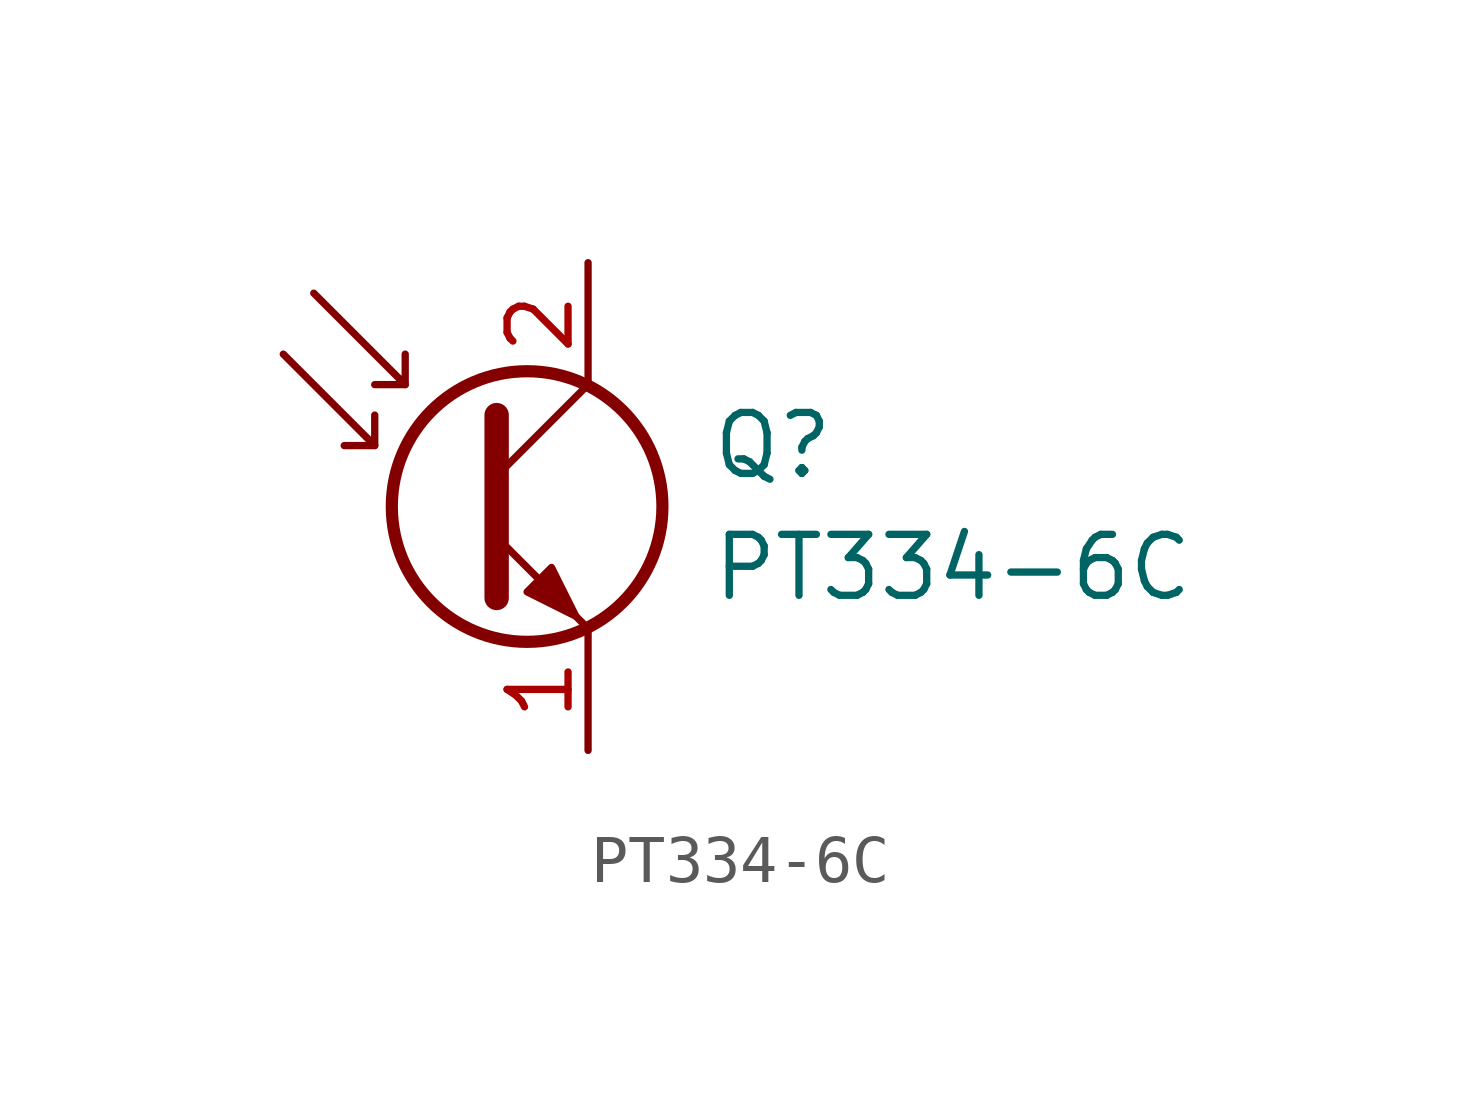
<source format=kicad_sym>
(kicad_symbol_lib
  (version 20211014)
  (generator kicad_symbol_editor)
  (symbol "PT334-6C"
    (pin_names
      (offset 0) hide)
    (property "Reference" "Q"
      (at 5.08 1.27 0)
      (effects (font (size 1.27 1.27)) (justify left)))
    (property "Value" "PT334-6C"
      (at 5.08 -1.27 0)
      (effects (font (size 1.27 1.27)) (justify left)))
    (symbol "PT334-6C_0_1"
      (polyline (pts (xy -1.905 1.27) (xy -2.54 1.27)) (stroke (width 0) (type default) (color 0 0 0 0)) (fill (type none)))
      (polyline (pts (xy -1.27 2.54) (xy -1.905 2.54)) (stroke (width 0) (type default) (color 0 0 0 0)) (fill (type none)))
      (polyline (pts (xy 0.635 0.635) (xy 2.54 2.54)) (stroke (width 0) (type default) (color 0 0 0 0)) (fill (type none)))
      (polyline (pts (xy -3.81 3.175) (xy -1.905 1.27) (xy -1.905 1.905)) (stroke (width 0) (type default) (color 0 0 0 0)) (fill (type none)))
      (polyline (pts (xy -3.175 4.445) (xy -1.27 2.54) (xy -1.27 3.175)) (stroke (width 0) (type default) (color 0 0 0 0)) (fill (type none)))
      (polyline (pts (xy 0.635 -0.635) (xy 2.54 -2.54) (xy 2.54 -2.54)) (stroke (width 0) (type default) (color 0 0 0 0)) (fill (type none)))
      (polyline (pts (xy 0.635 1.905) (xy 0.635 -1.905) (xy 0.635 -1.905)) (stroke (width 0.508) (type default) (color 0 0 0 0)) (fill (type none)))
      (polyline (pts (xy 1.27 -1.778) (xy 1.778 -1.27) (xy 2.286 -2.286) (xy 1.27 -1.778) (xy 1.27 -1.778)) (stroke (width 0) (type default) (color 0 0 0 0)) (fill (type outline)))
      (circle (center 1.27 0) (radius 2.819) (stroke (width 0.254) (type default) (color 0 0 0 0)) (fill (type none))))
    (symbol "PT334-6C_1_1"
      (pin passive line (at 2.54 -5.08 90) (length 2.54) (name "E" (effects (font (size 1.27 1.27)))) (number "1" (effects (font (size 1.27 1.27)))))
      (pin passive line (at 2.54 5.08 270) (length 2.54) (name "C" (effects (font (size 1.27 1.27)))) (number "2" (effects (font (size 1.27 1.27))))))))
</source>
